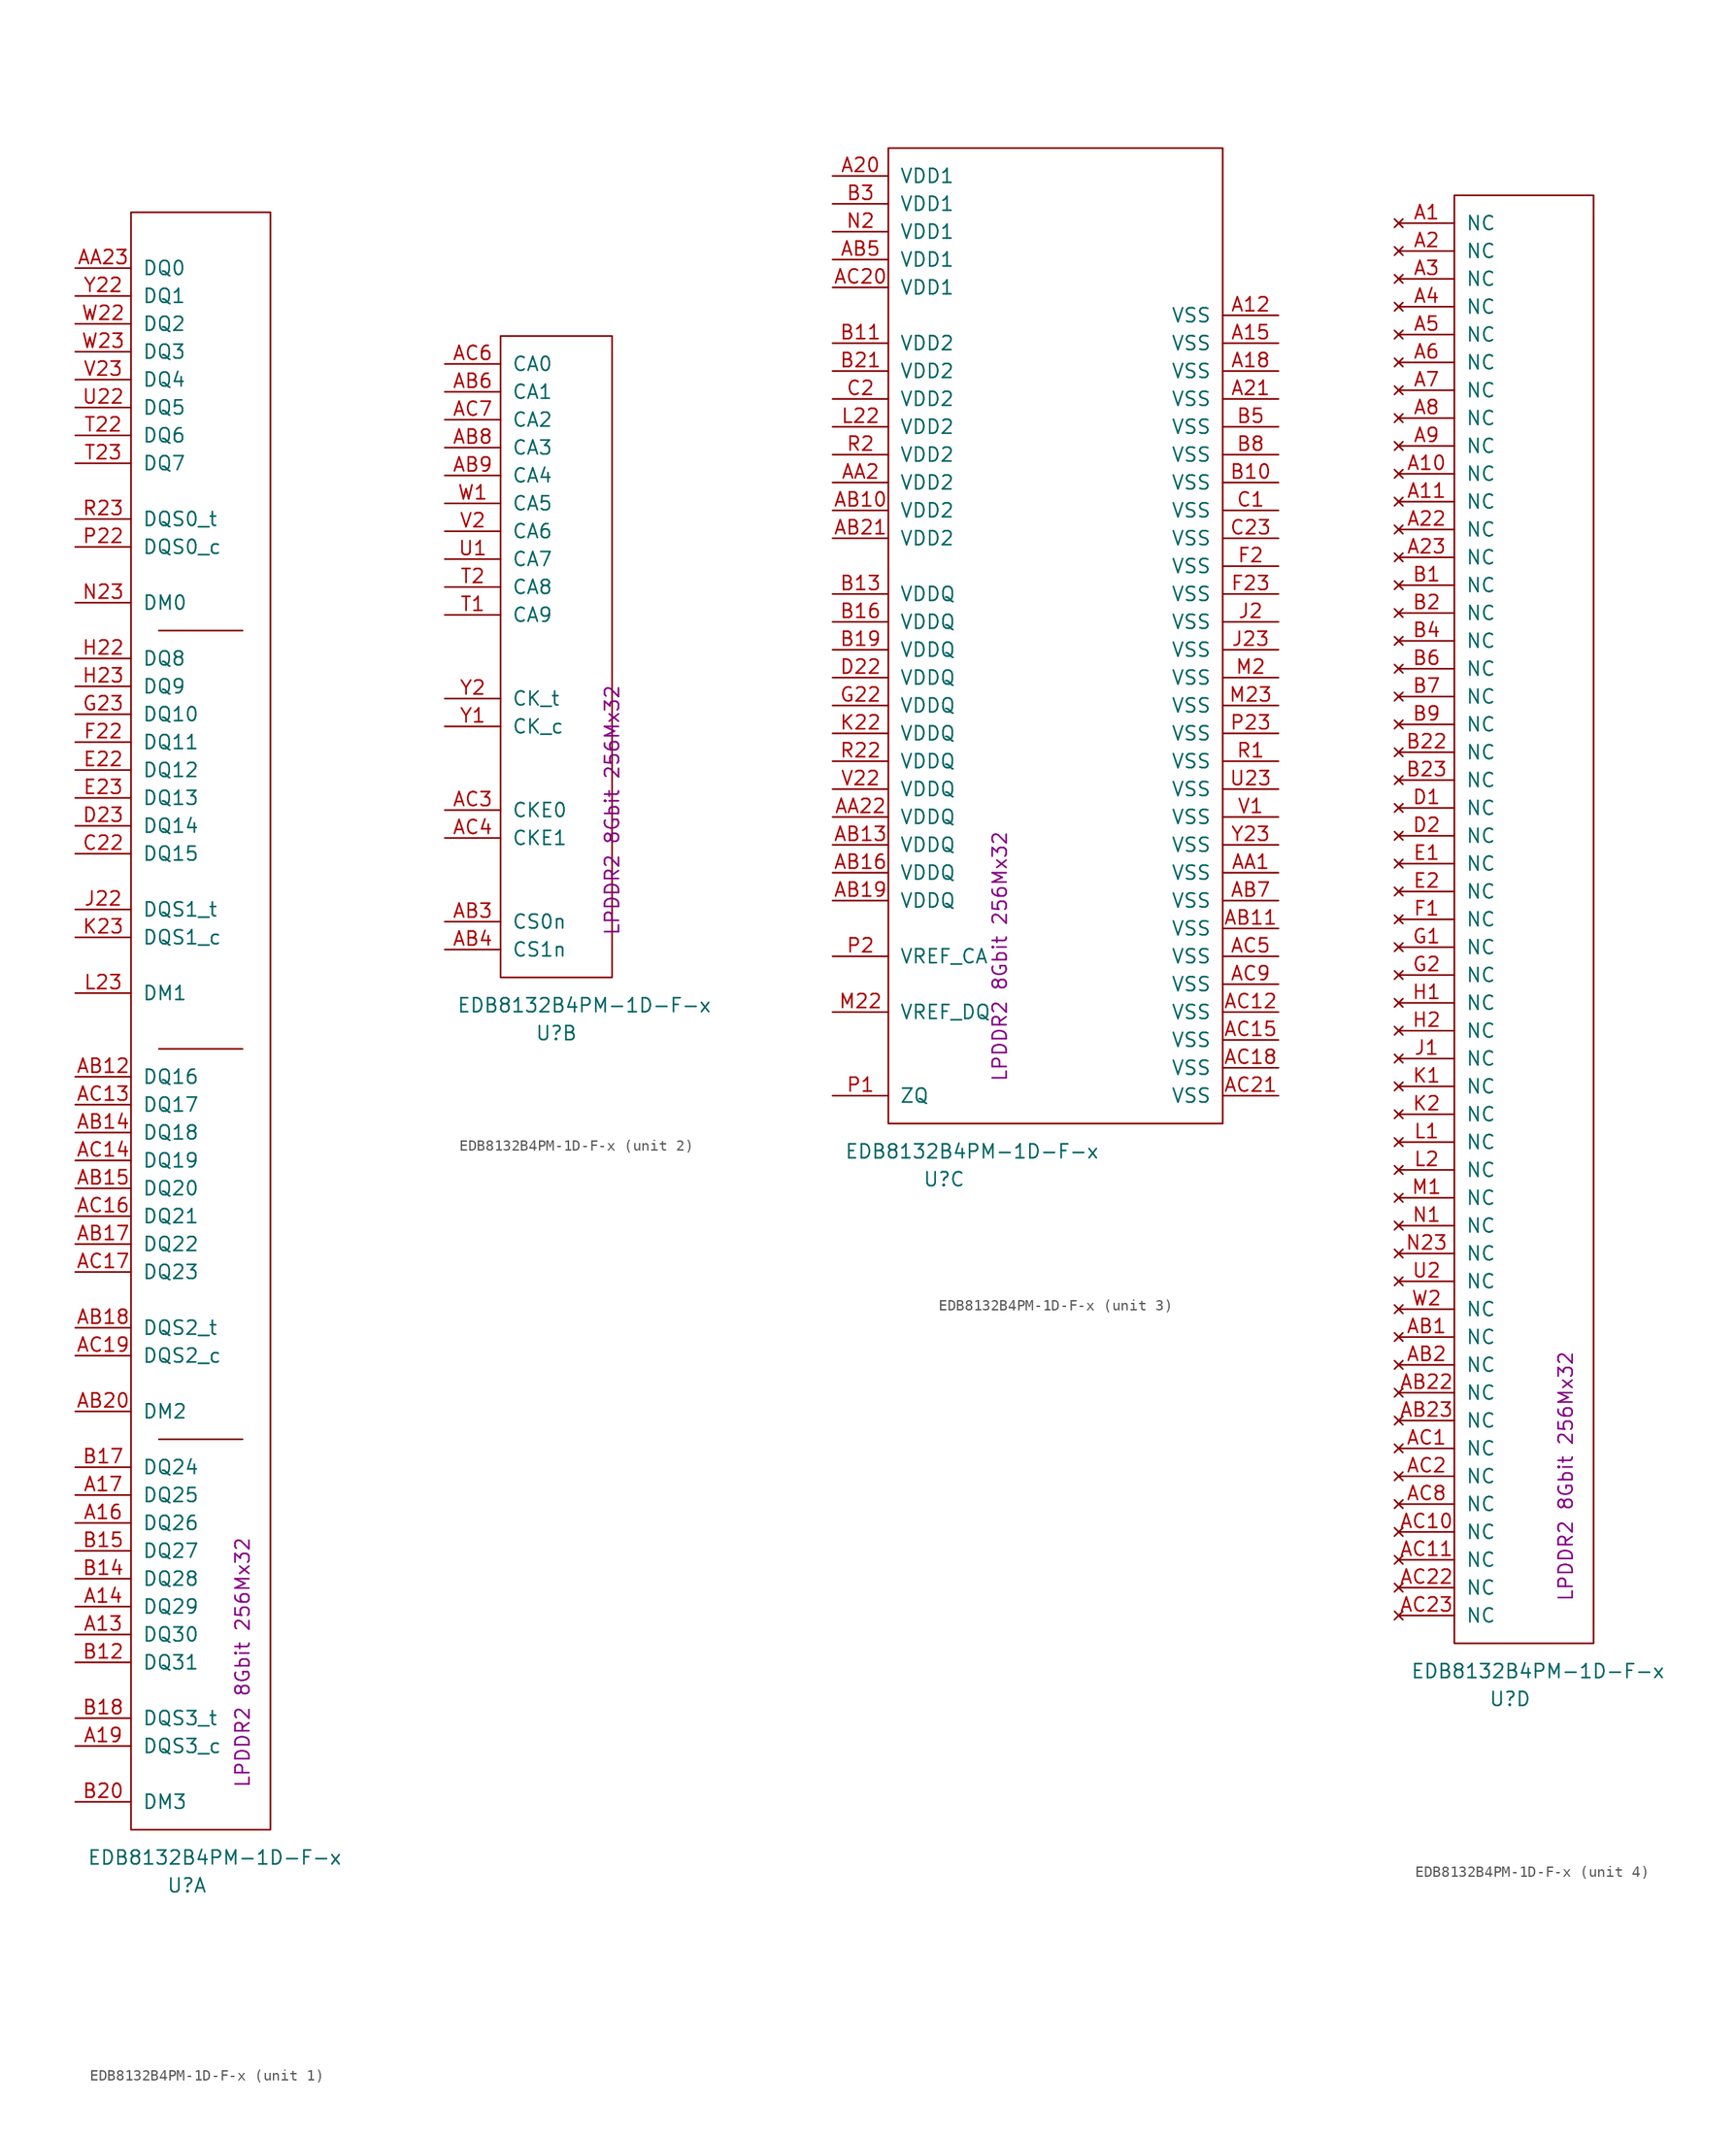
<source format=kicad_sym>
(kicad_symbol_lib
  (version 20220914)
  (generator kicad_symbol_editor)
  (symbol "EDB8132B4PM-1D-F-x"
    (pin_names
      (offset 1.016))
    (property "Reference" "U"
      (at 5.08 -5.08 0)
      (effects (font (size 1.27 1.27))))
    (property "Value" "EDB8132B4PM-1D-F-x"
      (at 7.62 -2.54 0)
      (effects (font (size 1.27 1.27))))
    (property "Datasheet" ""
      (at 5.08 76.2 0)
      (effects (font (size 2.489 2.489))))
    (property "Rating" "LPDDR2 8Gbit 256Mx32"
      (at 10.16 15.24 90)
      (effects (font (size 1.27 1.27))))
    (property "ki_locked" ""
      (at 0 0 0)
      (effects (font (size 1.27 1.27))))
    (symbol "EDB8132B4PM-1D-F-x_1_1"
      (polyline (pts (xy 2.54 35.56) (xy 10.16 35.56)) (stroke (width 0) (type solid)) (fill (type none)))
      (polyline (pts (xy 2.54 71.12) (xy 10.16 71.12)) (stroke (width 0) (type solid)) (fill (type none)))
      (polyline (pts (xy 2.54 109.22) (xy 10.16 109.22)) (stroke (width 0) (type solid)) (fill (type none)))
      (rectangle (start 0 0) (end 12.7 147.32) (stroke (width 0) (type solid)) (fill (type none)))
      (pin bidirectional line (at -5.08 17.78 0) (length 5.08) (name "DQ30" (effects (font (size 1.27 1.27)))) (number "A13" (effects (font (size 1.27 1.27)))))
      (pin bidirectional line (at -5.08 20.32 0) (length 5.08) (name "DQ29" (effects (font (size 1.27 1.27)))) (number "A14" (effects (font (size 1.27 1.27)))))
      (pin bidirectional line (at -5.08 27.94 0) (length 5.08) (name "DQ26" (effects (font (size 1.27 1.27)))) (number "A16" (effects (font (size 1.27 1.27)))))
      (pin bidirectional line (at -5.08 30.48 0) (length 5.08) (name "DQ25" (effects (font (size 1.27 1.27)))) (number "A17" (effects (font (size 1.27 1.27)))))
      (pin bidirectional line (at -5.08 7.62 0) (length 5.08) (name "DQS3_c" (effects (font (size 1.27 1.27)))) (number "A19" (effects (font (size 1.27 1.27)))))
      (pin bidirectional line (at -5.08 142.24 0) (length 5.08) (name "DQ0" (effects (font (size 1.27 1.27)))) (number "AA23" (effects (font (size 1.27 1.27)))))
      (pin bidirectional line (at -5.08 68.58 0) (length 5.08) (name "DQ16" (effects (font (size 1.27 1.27)))) (number "AB12" (effects (font (size 1.27 1.27)))))
      (pin bidirectional line (at -5.08 63.5 0) (length 5.08) (name "DQ18" (effects (font (size 1.27 1.27)))) (number "AB14" (effects (font (size 1.27 1.27)))))
      (pin bidirectional line (at -5.08 58.42 0) (length 5.08) (name "DQ20" (effects (font (size 1.27 1.27)))) (number "AB15" (effects (font (size 1.27 1.27)))))
      (pin bidirectional line (at -5.08 53.34 0) (length 5.08) (name "DQ22" (effects (font (size 1.27 1.27)))) (number "AB17" (effects (font (size 1.27 1.27)))))
      (pin bidirectional line (at -5.08 45.72 0) (length 5.08) (name "DQS2_t" (effects (font (size 1.27 1.27)))) (number "AB18" (effects (font (size 1.27 1.27)))))
      (pin input line (at -5.08 38.1 0) (length 5.08) (name "DM2" (effects (font (size 1.27 1.27)))) (number "AB20" (effects (font (size 1.27 1.27)))))
      (pin bidirectional line (at -5.08 66.04 0) (length 5.08) (name "DQ17" (effects (font (size 1.27 1.27)))) (number "AC13" (effects (font (size 1.27 1.27)))))
      (pin bidirectional line (at -5.08 60.96 0) (length 5.08) (name "DQ19" (effects (font (size 1.27 1.27)))) (number "AC14" (effects (font (size 1.27 1.27)))))
      (pin bidirectional line (at -5.08 55.88 0) (length 5.08) (name "DQ21" (effects (font (size 1.27 1.27)))) (number "AC16" (effects (font (size 1.27 1.27)))))
      (pin bidirectional line (at -5.08 50.8 0) (length 5.08) (name "DQ23" (effects (font (size 1.27 1.27)))) (number "AC17" (effects (font (size 1.27 1.27)))))
      (pin bidirectional line (at -5.08 43.18 0) (length 5.08) (name "DQS2_c" (effects (font (size 1.27 1.27)))) (number "AC19" (effects (font (size 1.27 1.27)))))
      (pin bidirectional line (at -5.08 15.24 0) (length 5.08) (name "DQ31" (effects (font (size 1.27 1.27)))) (number "B12" (effects (font (size 1.27 1.27)))))
      (pin bidirectional line (at -5.08 22.86 0) (length 5.08) (name "DQ28" (effects (font (size 1.27 1.27)))) (number "B14" (effects (font (size 1.27 1.27)))))
      (pin bidirectional line (at -5.08 25.4 0) (length 5.08) (name "DQ27" (effects (font (size 1.27 1.27)))) (number "B15" (effects (font (size 1.27 1.27)))))
      (pin bidirectional line (at -5.08 33.02 0) (length 5.08) (name "DQ24" (effects (font (size 1.27 1.27)))) (number "B17" (effects (font (size 1.27 1.27)))))
      (pin bidirectional line (at -5.08 10.16 0) (length 5.08) (name "DQS3_t" (effects (font (size 1.27 1.27)))) (number "B18" (effects (font (size 1.27 1.27)))))
      (pin input line (at -5.08 2.54 0) (length 5.08) (name "DM3" (effects (font (size 1.27 1.27)))) (number "B20" (effects (font (size 1.27 1.27)))))
      (pin bidirectional line (at -5.08 88.9 0) (length 5.08) (name "DQ15" (effects (font (size 1.27 1.27)))) (number "C22" (effects (font (size 1.27 1.27)))))
      (pin bidirectional line (at -5.08 91.44 0) (length 5.08) (name "DQ14" (effects (font (size 1.27 1.27)))) (number "D23" (effects (font (size 1.27 1.27)))))
      (pin bidirectional line (at -5.08 96.52 0) (length 5.08) (name "DQ12" (effects (font (size 1.27 1.27)))) (number "E22" (effects (font (size 1.27 1.27)))))
      (pin bidirectional line (at -5.08 93.98 0) (length 5.08) (name "DQ13" (effects (font (size 1.27 1.27)))) (number "E23" (effects (font (size 1.27 1.27)))))
      (pin bidirectional line (at -5.08 99.06 0) (length 5.08) (name "DQ11" (effects (font (size 1.27 1.27)))) (number "F22" (effects (font (size 1.27 1.27)))))
      (pin bidirectional line (at -5.08 101.6 0) (length 5.08) (name "DQ10" (effects (font (size 1.27 1.27)))) (number "G23" (effects (font (size 1.27 1.27)))))
      (pin bidirectional line (at -5.08 106.68 0) (length 5.08) (name "DQ8" (effects (font (size 1.27 1.27)))) (number "H22" (effects (font (size 1.27 1.27)))))
      (pin bidirectional line (at -5.08 104.14 0) (length 5.08) (name "DQ9" (effects (font (size 1.27 1.27)))) (number "H23" (effects (font (size 1.27 1.27)))))
      (pin bidirectional line (at -5.08 83.82 0) (length 5.08) (name "DQS1_t" (effects (font (size 1.27 1.27)))) (number "J22" (effects (font (size 1.27 1.27)))))
      (pin bidirectional line (at -5.08 81.28 0) (length 5.08) (name "DQS1_c" (effects (font (size 1.27 1.27)))) (number "K23" (effects (font (size 1.27 1.27)))))
      (pin input line (at -5.08 76.2 0) (length 5.08) (name "DM1" (effects (font (size 1.27 1.27)))) (number "L23" (effects (font (size 1.27 1.27)))))
      (pin input line (at -5.08 111.76 0) (length 5.08) (name "DM0" (effects (font (size 1.27 1.27)))) (number "N23" (effects (font (size 1.27 1.27)))))
      (pin bidirectional line (at -5.08 116.84 0) (length 5.08) (name "DQS0_c" (effects (font (size 1.27 1.27)))) (number "P22" (effects (font (size 1.27 1.27)))))
      (pin bidirectional line (at -5.08 119.38 0) (length 5.08) (name "DQS0_t" (effects (font (size 1.27 1.27)))) (number "R23" (effects (font (size 1.27 1.27)))))
      (pin bidirectional line (at -5.08 127 0) (length 5.08) (name "DQ6" (effects (font (size 1.27 1.27)))) (number "T22" (effects (font (size 1.27 1.27)))))
      (pin bidirectional line (at -5.08 124.46 0) (length 5.08) (name "DQ7" (effects (font (size 1.27 1.27)))) (number "T23" (effects (font (size 1.27 1.27)))))
      (pin bidirectional line (at -5.08 129.54 0) (length 5.08) (name "DQ5" (effects (font (size 1.27 1.27)))) (number "U22" (effects (font (size 1.27 1.27)))))
      (pin bidirectional line (at -5.08 132.08 0) (length 5.08) (name "DQ4" (effects (font (size 1.27 1.27)))) (number "V23" (effects (font (size 1.27 1.27)))))
      (pin bidirectional line (at -5.08 137.16 0) (length 5.08) (name "DQ2" (effects (font (size 1.27 1.27)))) (number "W22" (effects (font (size 1.27 1.27)))))
      (pin bidirectional line (at -5.08 134.62 0) (length 5.08) (name "DQ3" (effects (font (size 1.27 1.27)))) (number "W23" (effects (font (size 1.27 1.27)))))
      (pin bidirectional line (at -5.08 139.7 0) (length 5.08) (name "DQ1" (effects (font (size 1.27 1.27)))) (number "Y22" (effects (font (size 1.27 1.27))))))
    (symbol "EDB8132B4PM-1D-F-x_2_1"
      (rectangle (start 0 58.42) (end 10.16 0) (stroke (width 0) (type solid)) (fill (type none)))
      (pin input line (at -5.08 5.08 0) (length 5.08) (name "CS0n" (effects (font (size 1.27 1.27)))) (number "AB3" (effects (font (size 1.27 1.27)))))
      (pin input line (at -5.08 2.54 0) (length 5.08) (name "CS1n" (effects (font (size 1.27 1.27)))) (number "AB4" (effects (font (size 1.27 1.27)))))
      (pin input line (at -5.08 53.34 0) (length 5.08) (name "CA1" (effects (font (size 1.27 1.27)))) (number "AB6" (effects (font (size 1.27 1.27)))))
      (pin input line (at -5.08 48.26 0) (length 5.08) (name "CA3" (effects (font (size 1.27 1.27)))) (number "AB8" (effects (font (size 1.27 1.27)))))
      (pin input line (at -5.08 45.72 0) (length 5.08) (name "CA4" (effects (font (size 1.27 1.27)))) (number "AB9" (effects (font (size 1.27 1.27)))))
      (pin input line (at -5.08 15.24 0) (length 5.08) (name "CKE0" (effects (font (size 1.27 1.27)))) (number "AC3" (effects (font (size 1.27 1.27)))))
      (pin input line (at -5.08 12.7 0) (length 5.08) (name "CKE1" (effects (font (size 1.27 1.27)))) (number "AC4" (effects (font (size 1.27 1.27)))))
      (pin input line (at -5.08 55.88 0) (length 5.08) (name "CA0" (effects (font (size 1.27 1.27)))) (number "AC6" (effects (font (size 1.27 1.27)))))
      (pin input line (at -5.08 50.8 0) (length 5.08) (name "CA2" (effects (font (size 1.27 1.27)))) (number "AC7" (effects (font (size 1.27 1.27)))))
      (pin input line (at -5.08 33.02 0) (length 5.08) (name "CA9" (effects (font (size 1.27 1.27)))) (number "T1" (effects (font (size 1.27 1.27)))))
      (pin input line (at -5.08 35.56 0) (length 5.08) (name "CA8" (effects (font (size 1.27 1.27)))) (number "T2" (effects (font (size 1.27 1.27)))))
      (pin input line (at -5.08 38.1 0) (length 5.08) (name "CA7" (effects (font (size 1.27 1.27)))) (number "U1" (effects (font (size 1.27 1.27)))))
      (pin input line (at -5.08 40.64 0) (length 5.08) (name "CA6" (effects (font (size 1.27 1.27)))) (number "V2" (effects (font (size 1.27 1.27)))))
      (pin input line (at -5.08 43.18 0) (length 5.08) (name "CA5" (effects (font (size 1.27 1.27)))) (number "W1" (effects (font (size 1.27 1.27)))))
      (pin input line (at -5.08 22.86 0) (length 5.08) (name "CK_c" (effects (font (size 1.27 1.27)))) (number "Y1" (effects (font (size 1.27 1.27)))))
      (pin input line (at -5.08 25.4 0) (length 5.08) (name "CK_t" (effects (font (size 1.27 1.27)))) (number "Y2" (effects (font (size 1.27 1.27))))))
    (symbol "EDB8132B4PM-1D-F-x_3_1"
      (rectangle (start 0 0) (end 30.48 88.9) (stroke (width 0) (type solid)) (fill (type none)))
      (pin power_in line (at 35.56 73.66 180) (length 5.08) (name "VSS" (effects (font (size 1.27 1.27)))) (number "A12" (effects (font (size 1.27 1.27)))))
      (pin power_in line (at 35.56 71.12 180) (length 5.08) (name "VSS" (effects (font (size 1.27 1.27)))) (number "A15" (effects (font (size 1.27 1.27)))))
      (pin power_in line (at 35.56 68.58 180) (length 5.08) (name "VSS" (effects (font (size 1.27 1.27)))) (number "A18" (effects (font (size 1.27 1.27)))))
      (pin power_in line (at -5.08 86.36 0) (length 5.08) (name "VDD1" (effects (font (size 1.27 1.27)))) (number "A20" (effects (font (size 1.27 1.27)))))
      (pin power_in line (at 35.56 66.04 180) (length 5.08) (name "VSS" (effects (font (size 1.27 1.27)))) (number "A21" (effects (font (size 1.27 1.27)))))
      (pin power_in line (at 35.56 22.86 180) (length 5.08) (name "VSS" (effects (font (size 1.27 1.27)))) (number "AA1" (effects (font (size 1.27 1.27)))))
      (pin power_in line (at -5.08 58.42 0) (length 5.08) (name "VDD2" (effects (font (size 1.27 1.27)))) (number "AA2" (effects (font (size 1.27 1.27)))))
      (pin power_in line (at -5.08 27.94 0) (length 5.08) (name "VDDQ" (effects (font (size 1.27 1.27)))) (number "AA22" (effects (font (size 1.27 1.27)))))
      (pin power_in line (at -5.08 55.88 0) (length 5.08) (name "VDD2" (effects (font (size 1.27 1.27)))) (number "AB10" (effects (font (size 1.27 1.27)))))
      (pin power_in line (at 35.56 17.78 180) (length 5.08) (name "VSS" (effects (font (size 1.27 1.27)))) (number "AB11" (effects (font (size 1.27 1.27)))))
      (pin power_in line (at -5.08 25.4 0) (length 5.08) (name "VDDQ" (effects (font (size 1.27 1.27)))) (number "AB13" (effects (font (size 1.27 1.27)))))
      (pin power_in line (at -5.08 22.86 0) (length 5.08) (name "VDDQ" (effects (font (size 1.27 1.27)))) (number "AB16" (effects (font (size 1.27 1.27)))))
      (pin power_in line (at -5.08 20.32 0) (length 5.08) (name "VDDQ" (effects (font (size 1.27 1.27)))) (number "AB19" (effects (font (size 1.27 1.27)))))
      (pin power_in line (at -5.08 53.34 0) (length 5.08) (name "VDD2" (effects (font (size 1.27 1.27)))) (number "AB21" (effects (font (size 1.27 1.27)))))
      (pin power_in line (at -5.08 78.74 0) (length 5.08) (name "VDD1" (effects (font (size 1.27 1.27)))) (number "AB5" (effects (font (size 1.27 1.27)))))
      (pin power_in line (at 35.56 20.32 180) (length 5.08) (name "VSS" (effects (font (size 1.27 1.27)))) (number "AB7" (effects (font (size 1.27 1.27)))))
      (pin power_in line (at 35.56 10.16 180) (length 5.08) (name "VSS" (effects (font (size 1.27 1.27)))) (number "AC12" (effects (font (size 1.27 1.27)))))
      (pin power_in line (at 35.56 7.62 180) (length 5.08) (name "VSS" (effects (font (size 1.27 1.27)))) (number "AC15" (effects (font (size 1.27 1.27)))))
      (pin power_in line (at 35.56 5.08 180) (length 5.08) (name "VSS" (effects (font (size 1.27 1.27)))) (number "AC18" (effects (font (size 1.27 1.27)))))
      (pin power_in line (at -5.08 76.2 0) (length 5.08) (name "VDD1" (effects (font (size 1.27 1.27)))) (number "AC20" (effects (font (size 1.27 1.27)))))
      (pin power_in line (at 35.56 2.54 180) (length 5.08) (name "VSS" (effects (font (size 1.27 1.27)))) (number "AC21" (effects (font (size 1.27 1.27)))))
      (pin power_in line (at 35.56 15.24 180) (length 5.08) (name "VSS" (effects (font (size 1.27 1.27)))) (number "AC5" (effects (font (size 1.27 1.27)))))
      (pin power_in line (at 35.56 12.7 180) (length 5.08) (name "VSS" (effects (font (size 1.27 1.27)))) (number "AC9" (effects (font (size 1.27 1.27)))))
      (pin power_in line (at 35.56 58.42 180) (length 5.08) (name "VSS" (effects (font (size 1.27 1.27)))) (number "B10" (effects (font (size 1.27 1.27)))))
      (pin power_in line (at -5.08 71.12 0) (length 5.08) (name "VDD2" (effects (font (size 1.27 1.27)))) (number "B11" (effects (font (size 1.27 1.27)))))
      (pin power_in line (at -5.08 48.26 0) (length 5.08) (name "VDDQ" (effects (font (size 1.27 1.27)))) (number "B13" (effects (font (size 1.27 1.27)))))
      (pin power_in line (at -5.08 45.72 0) (length 5.08) (name "VDDQ" (effects (font (size 1.27 1.27)))) (number "B16" (effects (font (size 1.27 1.27)))))
      (pin power_in line (at -5.08 43.18 0) (length 5.08) (name "VDDQ" (effects (font (size 1.27 1.27)))) (number "B19" (effects (font (size 1.27 1.27)))))
      (pin power_in line (at -5.08 68.58 0) (length 5.08) (name "VDD2" (effects (font (size 1.27 1.27)))) (number "B21" (effects (font (size 1.27 1.27)))))
      (pin power_in line (at -5.08 83.82 0) (length 5.08) (name "VDD1" (effects (font (size 1.27 1.27)))) (number "B3" (effects (font (size 1.27 1.27)))))
      (pin power_in line (at 35.56 63.5 180) (length 5.08) (name "VSS" (effects (font (size 1.27 1.27)))) (number "B5" (effects (font (size 1.27 1.27)))))
      (pin power_in line (at 35.56 60.96 180) (length 5.08) (name "VSS" (effects (font (size 1.27 1.27)))) (number "B8" (effects (font (size 1.27 1.27)))))
      (pin power_in line (at 35.56 55.88 180) (length 5.08) (name "VSS" (effects (font (size 1.27 1.27)))) (number "C1" (effects (font (size 1.27 1.27)))))
      (pin power_in line (at -5.08 66.04 0) (length 5.08) (name "VDD2" (effects (font (size 1.27 1.27)))) (number "C2" (effects (font (size 1.27 1.27)))))
      (pin power_in line (at 35.56 53.34 180) (length 5.08) (name "VSS" (effects (font (size 1.27 1.27)))) (number "C23" (effects (font (size 1.27 1.27)))))
      (pin power_in line (at -5.08 40.64 0) (length 5.08) (name "VDDQ" (effects (font (size 1.27 1.27)))) (number "D22" (effects (font (size 1.27 1.27)))))
      (pin power_in line (at 35.56 50.8 180) (length 5.08) (name "VSS" (effects (font (size 1.27 1.27)))) (number "F2" (effects (font (size 1.27 1.27)))))
      (pin power_in line (at 35.56 48.26 180) (length 5.08) (name "VSS" (effects (font (size 1.27 1.27)))) (number "F23" (effects (font (size 1.27 1.27)))))
      (pin power_in line (at -5.08 38.1 0) (length 5.08) (name "VDDQ" (effects (font (size 1.27 1.27)))) (number "G22" (effects (font (size 1.27 1.27)))))
      (pin power_in line (at 35.56 45.72 180) (length 5.08) (name "VSS" (effects (font (size 1.27 1.27)))) (number "J2" (effects (font (size 1.27 1.27)))))
      (pin power_in line (at 35.56 43.18 180) (length 5.08) (name "VSS" (effects (font (size 1.27 1.27)))) (number "J23" (effects (font (size 1.27 1.27)))))
      (pin power_in line (at -5.08 35.56 0) (length 5.08) (name "VDDQ" (effects (font (size 1.27 1.27)))) (number "K22" (effects (font (size 1.27 1.27)))))
      (pin power_in line (at -5.08 63.5 0) (length 5.08) (name "VDD2" (effects (font (size 1.27 1.27)))) (number "L22" (effects (font (size 1.27 1.27)))))
      (pin power_in line (at 35.56 40.64 180) (length 5.08) (name "VSS" (effects (font (size 1.27 1.27)))) (number "M2" (effects (font (size 1.27 1.27)))))
      (pin passive line (at -5.08 10.16 0) (length 5.08) (name "VREF_DQ" (effects (font (size 1.27 1.27)))) (number "M22" (effects (font (size 1.27 1.27)))))
      (pin power_in line (at 35.56 38.1 180) (length 5.08) (name "VSS" (effects (font (size 1.27 1.27)))) (number "M23" (effects (font (size 1.27 1.27)))))
      (pin power_in line (at -5.08 81.28 0) (length 5.08) (name "VDD1" (effects (font (size 1.27 1.27)))) (number "N2" (effects (font (size 1.27 1.27)))))
      (pin passive line (at -5.08 2.54 0) (length 5.08) (name "ZQ" (effects (font (size 1.27 1.27)))) (number "P1" (effects (font (size 1.27 1.27)))))
      (pin passive line (at -5.08 15.24 0) (length 5.08) (name "VREF_CA" (effects (font (size 1.27 1.27)))) (number "P2" (effects (font (size 1.27 1.27)))))
      (pin power_in line (at 35.56 35.56 180) (length 5.08) (name "VSS" (effects (font (size 1.27 1.27)))) (number "P23" (effects (font (size 1.27 1.27)))))
      (pin power_in line (at 35.56 33.02 180) (length 5.08) (name "VSS" (effects (font (size 1.27 1.27)))) (number "R1" (effects (font (size 1.27 1.27)))))
      (pin power_in line (at -5.08 60.96 0) (length 5.08) (name "VDD2" (effects (font (size 1.27 1.27)))) (number "R2" (effects (font (size 1.27 1.27)))))
      (pin power_in line (at -5.08 33.02 0) (length 5.08) (name "VDDQ" (effects (font (size 1.27 1.27)))) (number "R22" (effects (font (size 1.27 1.27)))))
      (pin power_in line (at 35.56 30.48 180) (length 5.08) (name "VSS" (effects (font (size 1.27 1.27)))) (number "U23" (effects (font (size 1.27 1.27)))))
      (pin power_in line (at 35.56 27.94 180) (length 5.08) (name "VSS" (effects (font (size 1.27 1.27)))) (number "V1" (effects (font (size 1.27 1.27)))))
      (pin power_in line (at -5.08 30.48 0) (length 5.08) (name "VDDQ" (effects (font (size 1.27 1.27)))) (number "V22" (effects (font (size 1.27 1.27)))))
      (pin power_in line (at 35.56 25.4 180) (length 5.08) (name "VSS" (effects (font (size 1.27 1.27)))) (number "Y23" (effects (font (size 1.27 1.27))))))
    (symbol "EDB8132B4PM-1D-F-x_4_1"
      (rectangle (start 0 0) (end 12.7 132.08) (stroke (width 0) (type solid)) (fill (type none)))
      (pin no_connect line (at -5.08 129.54 0) (length 5.08) (name "NC" (effects (font (size 1.27 1.27)))) (number "A1" (effects (font (size 1.27 1.27)))))
      (pin no_connect line (at -5.08 106.68 0) (length 5.08) (name "NC" (effects (font (size 1.27 1.27)))) (number "A10" (effects (font (size 1.27 1.27)))))
      (pin no_connect line (at -5.08 104.14 0) (length 5.08) (name "NC" (effects (font (size 1.27 1.27)))) (number "A11" (effects (font (size 1.27 1.27)))))
      (pin no_connect line (at -5.08 127 0) (length 5.08) (name "NC" (effects (font (size 1.27 1.27)))) (number "A2" (effects (font (size 1.27 1.27)))))
      (pin no_connect line (at -5.08 101.6 0) (length 5.08) (name "NC" (effects (font (size 1.27 1.27)))) (number "A22" (effects (font (size 1.27 1.27)))))
      (pin no_connect line (at -5.08 99.06 0) (length 5.08) (name "NC" (effects (font (size 1.27 1.27)))) (number "A23" (effects (font (size 1.27 1.27)))))
      (pin no_connect line (at -5.08 124.46 0) (length 5.08) (name "NC" (effects (font (size 1.27 1.27)))) (number "A3" (effects (font (size 1.27 1.27)))))
      (pin no_connect line (at -5.08 121.92 0) (length 5.08) (name "NC" (effects (font (size 1.27 1.27)))) (number "A4" (effects (font (size 1.27 1.27)))))
      (pin no_connect line (at -5.08 119.38 0) (length 5.08) (name "NC" (effects (font (size 1.27 1.27)))) (number "A5" (effects (font (size 1.27 1.27)))))
      (pin no_connect line (at -5.08 116.84 0) (length 5.08) (name "NC" (effects (font (size 1.27 1.27)))) (number "A6" (effects (font (size 1.27 1.27)))))
      (pin no_connect line (at -5.08 114.3 0) (length 5.08) (name "NC" (effects (font (size 1.27 1.27)))) (number "A7" (effects (font (size 1.27 1.27)))))
      (pin no_connect line (at -5.08 111.76 0) (length 5.08) (name "NC" (effects (font (size 1.27 1.27)))) (number "A8" (effects (font (size 1.27 1.27)))))
      (pin no_connect line (at -5.08 109.22 0) (length 5.08) (name "NC" (effects (font (size 1.27 1.27)))) (number "A9" (effects (font (size 1.27 1.27)))))
      (pin no_connect line (at -5.08 27.94 0) (length 5.08) (name "NC" (effects (font (size 1.27 1.27)))) (number "AB1" (effects (font (size 1.27 1.27)))))
      (pin no_connect line (at -5.08 25.4 0) (length 5.08) (name "NC" (effects (font (size 1.27 1.27)))) (number "AB2" (effects (font (size 1.27 1.27)))))
      (pin no_connect line (at -5.08 22.86 0) (length 5.08) (name "NC" (effects (font (size 1.27 1.27)))) (number "AB22" (effects (font (size 1.27 1.27)))))
      (pin no_connect line (at -5.08 20.32 0) (length 5.08) (name "NC" (effects (font (size 1.27 1.27)))) (number "AB23" (effects (font (size 1.27 1.27)))))
      (pin no_connect line (at -5.08 17.78 0) (length 5.08) (name "NC" (effects (font (size 1.27 1.27)))) (number "AC1" (effects (font (size 1.27 1.27)))))
      (pin no_connect line (at -5.08 10.16 0) (length 5.08) (name "NC" (effects (font (size 1.27 1.27)))) (number "AC10" (effects (font (size 1.27 1.27)))))
      (pin no_connect line (at -5.08 7.62 0) (length 5.08) (name "NC" (effects (font (size 1.27 1.27)))) (number "AC11" (effects (font (size 1.27 1.27)))))
      (pin no_connect line (at -5.08 15.24 0) (length 5.08) (name "NC" (effects (font (size 1.27 1.27)))) (number "AC2" (effects (font (size 1.27 1.27)))))
      (pin no_connect line (at -5.08 5.08 0) (length 5.08) (name "NC" (effects (font (size 1.27 1.27)))) (number "AC22" (effects (font (size 1.27 1.27)))))
      (pin no_connect line (at -5.08 2.54 0) (length 5.08) (name "NC" (effects (font (size 1.27 1.27)))) (number "AC23" (effects (font (size 1.27 1.27)))))
      (pin no_connect line (at -5.08 12.7 0) (length 5.08) (name "NC" (effects (font (size 1.27 1.27)))) (number "AC8" (effects (font (size 1.27 1.27)))))
      (pin no_connect line (at -5.08 96.52 0) (length 5.08) (name "NC" (effects (font (size 1.27 1.27)))) (number "B1" (effects (font (size 1.27 1.27)))))
      (pin no_connect line (at -5.08 93.98 0) (length 5.08) (name "NC" (effects (font (size 1.27 1.27)))) (number "B2" (effects (font (size 1.27 1.27)))))
      (pin no_connect line (at -5.08 81.28 0) (length 5.08) (name "NC" (effects (font (size 1.27 1.27)))) (number "B22" (effects (font (size 1.27 1.27)))))
      (pin no_connect line (at -5.08 78.74 0) (length 5.08) (name "NC" (effects (font (size 1.27 1.27)))) (number "B23" (effects (font (size 1.27 1.27)))))
      (pin no_connect line (at -5.08 91.44 0) (length 5.08) (name "NC" (effects (font (size 1.27 1.27)))) (number "B4" (effects (font (size 1.27 1.27)))))
      (pin no_connect line (at -5.08 88.9 0) (length 5.08) (name "NC" (effects (font (size 1.27 1.27)))) (number "B6" (effects (font (size 1.27 1.27)))))
      (pin no_connect line (at -5.08 86.36 0) (length 5.08) (name "NC" (effects (font (size 1.27 1.27)))) (number "B7" (effects (font (size 1.27 1.27)))))
      (pin no_connect line (at -5.08 83.82 0) (length 5.08) (name "NC" (effects (font (size 1.27 1.27)))) (number "B9" (effects (font (size 1.27 1.27)))))
      (pin no_connect line (at -5.08 76.2 0) (length 5.08) (name "NC" (effects (font (size 1.27 1.27)))) (number "D1" (effects (font (size 1.27 1.27)))))
      (pin no_connect line (at -5.08 73.66 0) (length 5.08) (name "NC" (effects (font (size 1.27 1.27)))) (number "D2" (effects (font (size 1.27 1.27)))))
      (pin no_connect line (at -5.08 71.12 0) (length 5.08) (name "NC" (effects (font (size 1.27 1.27)))) (number "E1" (effects (font (size 1.27 1.27)))))
      (pin no_connect line (at -5.08 68.58 0) (length 5.08) (name "NC" (effects (font (size 1.27 1.27)))) (number "E2" (effects (font (size 1.27 1.27)))))
      (pin no_connect line (at -5.08 66.04 0) (length 5.08) (name "NC" (effects (font (size 1.27 1.27)))) (number "F1" (effects (font (size 1.27 1.27)))))
      (pin no_connect line (at -5.08 63.5 0) (length 5.08) (name "NC" (effects (font (size 1.27 1.27)))) (number "G1" (effects (font (size 1.27 1.27)))))
      (pin no_connect line (at -5.08 60.96 0) (length 5.08) (name "NC" (effects (font (size 1.27 1.27)))) (number "G2" (effects (font (size 1.27 1.27)))))
      (pin no_connect line (at -5.08 58.42 0) (length 5.08) (name "NC" (effects (font (size 1.27 1.27)))) (number "H1" (effects (font (size 1.27 1.27)))))
      (pin no_connect line (at -5.08 55.88 0) (length 5.08) (name "NC" (effects (font (size 1.27 1.27)))) (number "H2" (effects (font (size 1.27 1.27)))))
      (pin no_connect line (at -5.08 53.34 0) (length 5.08) (name "NC" (effects (font (size 1.27 1.27)))) (number "J1" (effects (font (size 1.27 1.27)))))
      (pin no_connect line (at -5.08 50.8 0) (length 5.08) (name "NC" (effects (font (size 1.27 1.27)))) (number "K1" (effects (font (size 1.27 1.27)))))
      (pin no_connect line (at -5.08 48.26 0) (length 5.08) (name "NC" (effects (font (size 1.27 1.27)))) (number "K2" (effects (font (size 1.27 1.27)))))
      (pin no_connect line (at -5.08 45.72 0) (length 5.08) (name "NC" (effects (font (size 1.27 1.27)))) (number "L1" (effects (font (size 1.27 1.27)))))
      (pin no_connect line (at -5.08 43.18 0) (length 5.08) (name "NC" (effects (font (size 1.27 1.27)))) (number "L2" (effects (font (size 1.27 1.27)))))
      (pin no_connect line (at -5.08 40.64 0) (length 5.08) (name "NC" (effects (font (size 1.27 1.27)))) (number "M1" (effects (font (size 1.27 1.27)))))
      (pin no_connect line (at -5.08 38.1 0) (length 5.08) (name "NC" (effects (font (size 1.27 1.27)))) (number "N1" (effects (font (size 1.27 1.27)))))
      (pin no_connect line (at -5.08 35.56 0) (length 5.08) (name "NC" (effects (font (size 1.27 1.27)))) (number "N23" (effects (font (size 1.27 1.27)))))
      (pin no_connect line (at -5.08 33.02 0) (length 5.08) (name "NC" (effects (font (size 1.27 1.27)))) (number "U2" (effects (font (size 1.27 1.27)))))
      (pin no_connect line (at -5.08 30.48 0) (length 5.08) (name "NC" (effects (font (size 1.27 1.27)))) (number "W2" (effects (font (size 1.27 1.27))))))))
</source>
